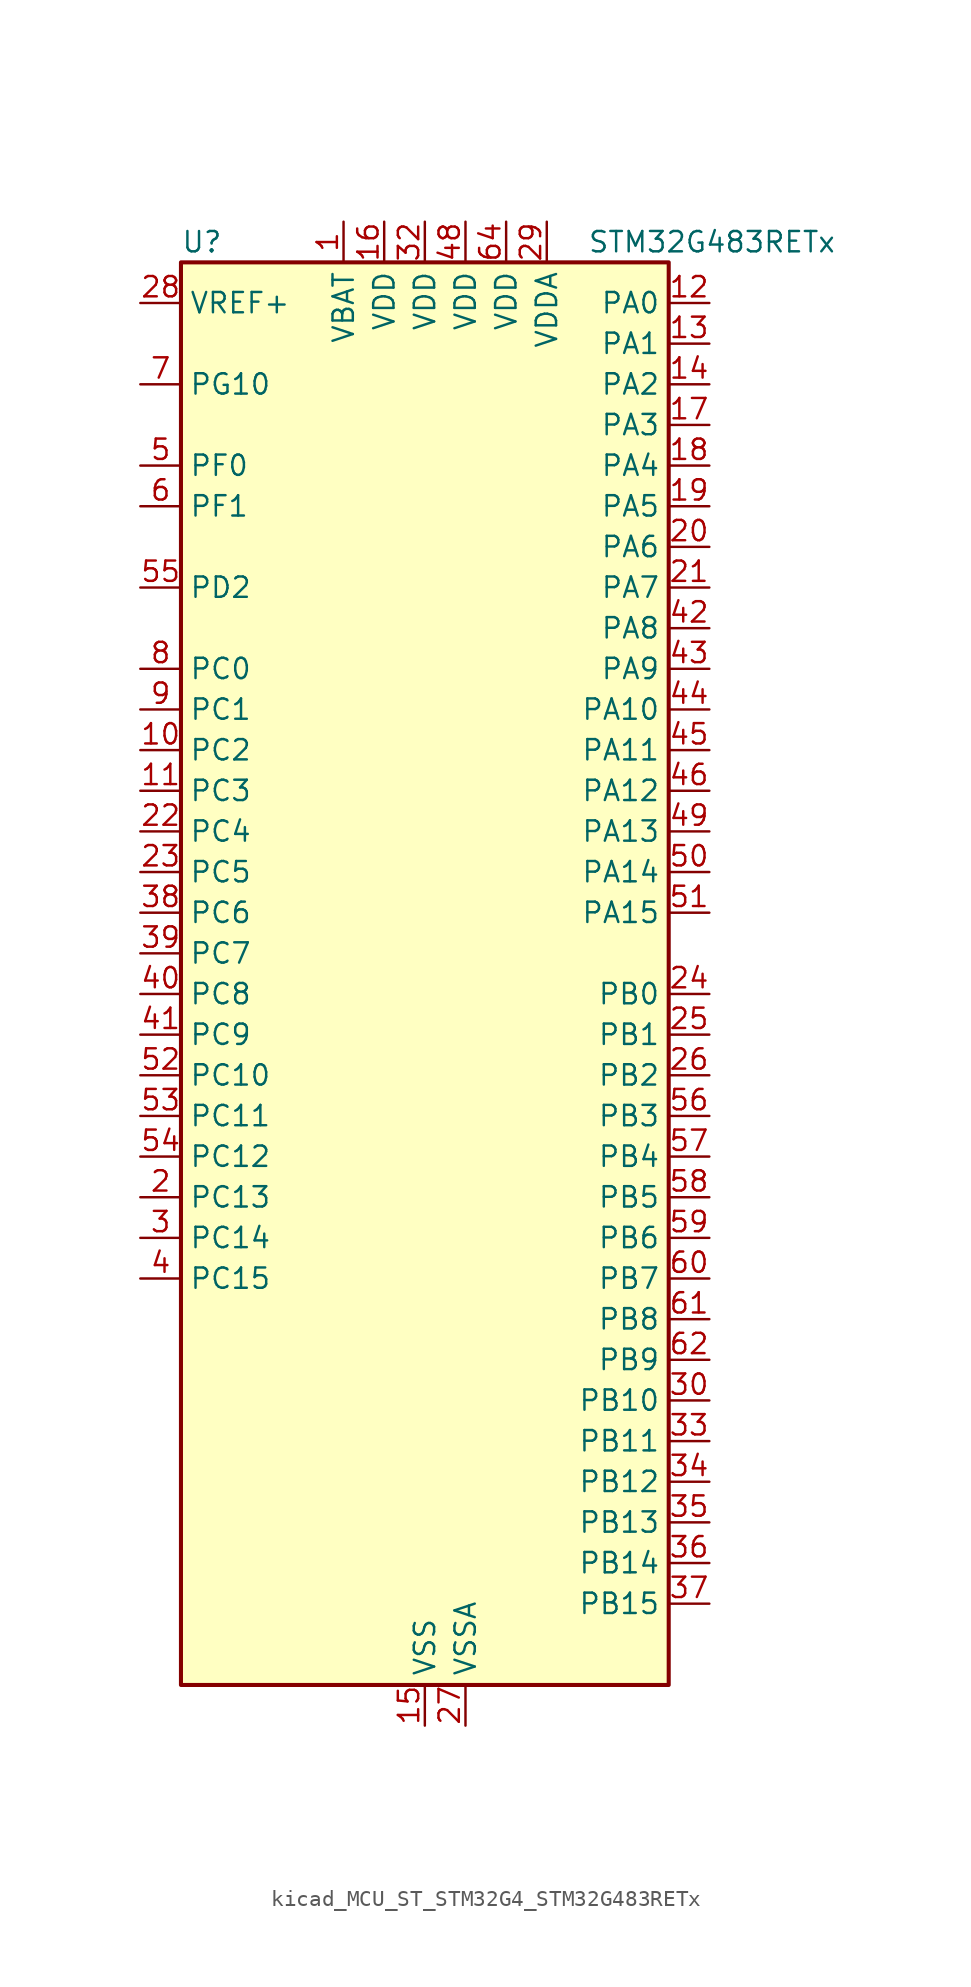
<source format=kicad_sym>
(kicad_symbol_lib
  (version 20220914)
  (generator kicad_symbol_editor)
  (symbol "kicad_MCU_ST_STM32G4_STM32G483RETx"
    (property "Reference" "U"
      (at -15.24 46.99 0)
      (effects (font (size 1.27 1.27)) (justify left)))
    (property "Value" "STM32G483RETx"
      (at 10.16 46.99 0)
      (effects (font (size 1.27 1.27)) (justify left)))
    (property "ki_locked" ""
      (at 0 0 0)
      (effects (font (size 1.27 1.27))))
    (symbol "kicad_MCU_ST_STM32G4_STM32G483RETx_0_1"
      (rectangle (start -15.24 -43.18) (end 15.24 45.72) (stroke (width 0.254) (type default)) (fill (type background))))
    (symbol "kicad_MCU_ST_STM32G4_STM32G483RETx_1_1"
      (pin power_in line (at -5.08 48.26 270) (length 2.54) (name "VBAT" (effects (font (size 1.27 1.27)))) (number "1" (effects (font (size 1.27 1.27)))))
      (pin bidirectional line (at -17.78 15.24 0) (length 2.54) (name "PC2" (effects (font (size 1.27 1.27)))) (number "10" (effects (font (size 1.27 1.27)))) (alternate "ADC1_IN8" bidirectional line) (alternate "ADC2_IN8" bidirectional line) (alternate "ADC3_EXTI2" bidirectional line) (alternate "ADC4_EXTI2" bidirectional line) (alternate "ADC5_EXTI2" bidirectional line) (alternate "COMP3_OUT" bidirectional line) (alternate "LPTIM1_IN2" bidirectional line) (alternate "QUADSPI1_BK2_IO1" bidirectional line) (alternate "TIM1_CH3" bidirectional line) (alternate "TIM20_CH2" bidirectional line))
      (pin bidirectional line (at -17.78 12.7 0) (length 2.54) (name "PC3" (effects (font (size 1.27 1.27)))) (number "11" (effects (font (size 1.27 1.27)))) (alternate "ADC1_IN9" bidirectional line) (alternate "ADC2_IN9" bidirectional line) (alternate "ADC3_EXTI3" bidirectional line) (alternate "ADC4_EXTI3" bidirectional line) (alternate "ADC5_EXTI3" bidirectional line) (alternate "LPTIM1_ETR" bidirectional line) (alternate "OPAMP5_VINP" bidirectional line) (alternate "OPAMP5_VINP_SEC" bidirectional line) (alternate "QUADSPI1_BK2_IO2" bidirectional line) (alternate "SAI1_D1" bidirectional line) (alternate "SAI1_SD_A" bidirectional line) (alternate "TIM1_BKIN2" bidirectional line) (alternate "TIM1_CH4" bidirectional line))
      (pin bidirectional line (at 17.78 43.18 180) (length 2.54) (name "PA0" (effects (font (size 1.27 1.27)))) (number "12" (effects (font (size 1.27 1.27)))) (alternate "ADC1_IN1" bidirectional line) (alternate "ADC2_IN1" bidirectional line) (alternate "COMP1_INM" bidirectional line) (alternate "COMP1_OUT" bidirectional line) (alternate "COMP3_INP" bidirectional line) (alternate "RTC_TAMP2" bidirectional line) (alternate "SYS_WKUP1" bidirectional line) (alternate "TIM2_CH1" bidirectional line) (alternate "TIM2_ETR" bidirectional line) (alternate "TIM5_CH1" bidirectional line) (alternate "TIM8_BKIN" bidirectional line) (alternate "TIM8_ETR" bidirectional line) (alternate "USART2_CTS" bidirectional line) (alternate "USART2_NSS" bidirectional line))
      (pin bidirectional line (at 17.78 40.64 180) (length 2.54) (name "PA1" (effects (font (size 1.27 1.27)))) (number "13" (effects (font (size 1.27 1.27)))) (alternate "ADC1_IN2" bidirectional line) (alternate "ADC2_IN2" bidirectional line) (alternate "COMP1_INP" bidirectional line) (alternate "OPAMP1_VINP" bidirectional line) (alternate "OPAMP1_VINP_SEC" bidirectional line) (alternate "OPAMP3_VINP" bidirectional line) (alternate "OPAMP3_VINP_SEC" bidirectional line) (alternate "OPAMP6_VINM" bidirectional line) (alternate "OPAMP6_VINM0" bidirectional line) (alternate "OPAMP6_VINM_SEC" bidirectional line) (alternate "RTC_REFIN" bidirectional line) (alternate "TIM15_CH1N" bidirectional line) (alternate "TIM2_CH2" bidirectional line) (alternate "TIM5_CH2" bidirectional line) (alternate "USART2_DE" bidirectional line) (alternate "USART2_RTS" bidirectional line))
      (pin bidirectional line (at 17.78 38.1 180) (length 2.54) (name "PA2" (effects (font (size 1.27 1.27)))) (number "14" (effects (font (size 1.27 1.27)))) (alternate "ADC1_IN3" bidirectional line) (alternate "ADC3_EXTI2" bidirectional line) (alternate "ADC4_EXTI2" bidirectional line) (alternate "ADC5_EXTI2" bidirectional line) (alternate "COMP2_INM" bidirectional line) (alternate "COMP2_OUT" bidirectional line) (alternate "LPUART1_TX" bidirectional line) (alternate "OPAMP1_VOUT" bidirectional line) (alternate "QUADSPI1_BK1_NCS" bidirectional line) (alternate "RCC_LSCO" bidirectional line) (alternate "SYS_WKUP4" bidirectional line) (alternate "TIM15_CH1" bidirectional line) (alternate "TIM2_CH3" bidirectional line) (alternate "TIM5_CH3" bidirectional line) (alternate "UCPD1_FRSTX1" bidirectional line) (alternate "UCPD1_FRSTX2" bidirectional line) (alternate "USART2_TX" bidirectional line))
      (pin power_in line (at 0 -45.72 90) (length 2.54) (name "VSS" (effects (font (size 1.27 1.27)))) (number "15" (effects (font (size 1.27 1.27)))))
      (pin power_in line (at -2.54 48.26 270) (length 2.54) (name "VDD" (effects (font (size 1.27 1.27)))) (number "16" (effects (font (size 1.27 1.27)))))
      (pin bidirectional line (at 17.78 35.56 180) (length 2.54) (name "PA3" (effects (font (size 1.27 1.27)))) (number "17" (effects (font (size 1.27 1.27)))) (alternate "ADC1_IN4" bidirectional line) (alternate "ADC3_EXTI3" bidirectional line) (alternate "ADC4_EXTI3" bidirectional line) (alternate "ADC5_EXTI3" bidirectional line) (alternate "COMP2_INP" bidirectional line) (alternate "LPUART1_RX" bidirectional line) (alternate "OPAMP1_VINM" bidirectional line) (alternate "OPAMP1_VINM0" bidirectional line) (alternate "OPAMP1_VINM_SEC" bidirectional line) (alternate "OPAMP1_VINP" bidirectional line) (alternate "OPAMP1_VINP_SEC" bidirectional line) (alternate "OPAMP5_VINM" bidirectional line) (alternate "OPAMP5_VINM1" bidirectional line) (alternate "OPAMP5_VINM_SEC" bidirectional line) (alternate "QUADSPI1_CLK" bidirectional line) (alternate "SAI1_CK1" bidirectional line) (alternate "SAI1_MCLK_A" bidirectional line) (alternate "TIM15_CH2" bidirectional line) (alternate "TIM2_CH4" bidirectional line) (alternate "TIM5_CH4" bidirectional line) (alternate "USART2_RX" bidirectional line))
      (pin bidirectional line (at 17.78 33.02 180) (length 2.54) (name "PA4" (effects (font (size 1.27 1.27)))) (number "18" (effects (font (size 1.27 1.27)))) (alternate "ADC2_IN17" bidirectional line) (alternate "COMP1_INM" bidirectional line) (alternate "DAC1_OUT1" bidirectional line) (alternate "I2S3_WS" bidirectional line) (alternate "SAI1_FS_B" bidirectional line) (alternate "SPI1_NSS" bidirectional line) (alternate "SPI3_NSS" bidirectional line) (alternate "TIM3_CH2" bidirectional line) (alternate "USART2_CK" bidirectional line))
      (pin bidirectional line (at 17.78 30.48 180) (length 2.54) (name "PA5" (effects (font (size 1.27 1.27)))) (number "19" (effects (font (size 1.27 1.27)))) (alternate "ADC2_IN13" bidirectional line) (alternate "COMP2_INM" bidirectional line) (alternate "DAC1_OUT2" bidirectional line) (alternate "OPAMP2_VINM" bidirectional line) (alternate "OPAMP2_VINM0" bidirectional line) (alternate "OPAMP2_VINM_SEC" bidirectional line) (alternate "SPI1_SCK" bidirectional line) (alternate "TIM2_CH1" bidirectional line) (alternate "TIM2_ETR" bidirectional line) (alternate "UCPD1_FRSTX1" bidirectional line) (alternate "UCPD1_FRSTX2" bidirectional line))
      (pin bidirectional line (at -17.78 -12.7 0) (length 2.54) (name "PC13" (effects (font (size 1.27 1.27)))) (number "2" (effects (font (size 1.27 1.27)))) (alternate "RTC_OUT1" bidirectional line) (alternate "RTC_TAMP1" bidirectional line) (alternate "RTC_TS" bidirectional line) (alternate "SYS_WKUP2" bidirectional line) (alternate "TIM1_BKIN" bidirectional line) (alternate "TIM1_CH1N" bidirectional line) (alternate "TIM8_CH4N" bidirectional line))
      (pin bidirectional line (at 17.78 27.94 180) (length 2.54) (name "PA6" (effects (font (size 1.27 1.27)))) (number "20" (effects (font (size 1.27 1.27)))) (alternate "ADC2_IN3" bidirectional line) (alternate "COMP1_OUT" bidirectional line) (alternate "DAC2_OUT1" bidirectional line) (alternate "LPUART1_CTS" bidirectional line) (alternate "OPAMP2_VOUT" bidirectional line) (alternate "QUADSPI1_BK1_IO3" bidirectional line) (alternate "SPI1_MISO" bidirectional line) (alternate "TIM16_CH1" bidirectional line) (alternate "TIM1_BKIN" bidirectional line) (alternate "TIM3_CH1" bidirectional line) (alternate "TIM8_BKIN" bidirectional line))
      (pin bidirectional line (at 17.78 25.4 180) (length 2.54) (name "PA7" (effects (font (size 1.27 1.27)))) (number "21" (effects (font (size 1.27 1.27)))) (alternate "ADC2_IN4" bidirectional line) (alternate "COMP2_INP" bidirectional line) (alternate "COMP2_OUT" bidirectional line) (alternate "OPAMP1_VINP" bidirectional line) (alternate "OPAMP1_VINP_SEC" bidirectional line) (alternate "OPAMP2_VINP" bidirectional line) (alternate "OPAMP2_VINP_SEC" bidirectional line) (alternate "QUADSPI1_BK1_IO2" bidirectional line) (alternate "SPI1_MOSI" bidirectional line) (alternate "TIM17_CH1" bidirectional line) (alternate "TIM1_CH1N" bidirectional line) (alternate "TIM3_CH2" bidirectional line) (alternate "TIM8_CH1N" bidirectional line) (alternate "UCPD1_FRSTX1" bidirectional line) (alternate "UCPD1_FRSTX2" bidirectional line))
      (pin bidirectional line (at -17.78 10.16 0) (length 2.54) (name "PC4" (effects (font (size 1.27 1.27)))) (number "22" (effects (font (size 1.27 1.27)))) (alternate "ADC2_IN5" bidirectional line) (alternate "I2C2_SCL" bidirectional line) (alternate "QUADSPI1_BK2_IO3" bidirectional line) (alternate "TIM1_ETR" bidirectional line) (alternate "USART1_TX" bidirectional line))
      (pin bidirectional line (at -17.78 7.62 0) (length 2.54) (name "PC5" (effects (font (size 1.27 1.27)))) (number "23" (effects (font (size 1.27 1.27)))) (alternate "ADC2_IN11" bidirectional line) (alternate "OPAMP1_VINM" bidirectional line) (alternate "OPAMP1_VINM1" bidirectional line) (alternate "OPAMP1_VINM_SEC" bidirectional line) (alternate "OPAMP2_VINM" bidirectional line) (alternate "OPAMP2_VINM1" bidirectional line) (alternate "OPAMP2_VINM_SEC" bidirectional line) (alternate "SAI1_D3" bidirectional line) (alternate "SYS_WKUP5" bidirectional line) (alternate "TIM15_BKIN" bidirectional line) (alternate "TIM1_CH4N" bidirectional line) (alternate "USART1_RX" bidirectional line))
      (pin bidirectional line (at 17.78 0 180) (length 2.54) (name "PB0" (effects (font (size 1.27 1.27)))) (number "24" (effects (font (size 1.27 1.27)))) (alternate "ADC1_IN15" bidirectional line) (alternate "ADC3_IN12" bidirectional line) (alternate "COMP4_INP" bidirectional line) (alternate "OPAMP2_VINP" bidirectional line) (alternate "OPAMP2_VINP_SEC" bidirectional line) (alternate "OPAMP3_VINP" bidirectional line) (alternate "OPAMP3_VINP_SEC" bidirectional line) (alternate "QUADSPI1_BK1_IO1" bidirectional line) (alternate "TIM1_CH2N" bidirectional line) (alternate "TIM3_CH3" bidirectional line) (alternate "TIM8_CH2N" bidirectional line) (alternate "UCPD1_FRSTX1" bidirectional line) (alternate "UCPD1_FRSTX2" bidirectional line))
      (pin bidirectional line (at 17.78 -2.54 180) (length 2.54) (name "PB1" (effects (font (size 1.27 1.27)))) (number "25" (effects (font (size 1.27 1.27)))) (alternate "ADC1_IN12" bidirectional line) (alternate "ADC3_IN1" bidirectional line) (alternate "COMP1_INP" bidirectional line) (alternate "COMP4_OUT" bidirectional line) (alternate "LPUART1_DE" bidirectional line) (alternate "LPUART1_RTS" bidirectional line) (alternate "OPAMP3_VOUT" bidirectional line) (alternate "OPAMP6_VINM" bidirectional line) (alternate "OPAMP6_VINM1" bidirectional line) (alternate "OPAMP6_VINM_SEC" bidirectional line) (alternate "QUADSPI1_BK1_IO0" bidirectional line) (alternate "TIM1_CH3N" bidirectional line) (alternate "TIM3_CH4" bidirectional line) (alternate "TIM8_CH3N" bidirectional line))
      (pin bidirectional line (at 17.78 -5.08 180) (length 2.54) (name "PB2" (effects (font (size 1.27 1.27)))) (number "26" (effects (font (size 1.27 1.27)))) (alternate "ADC2_IN12" bidirectional line) (alternate "ADC3_EXTI2" bidirectional line) (alternate "ADC4_EXTI2" bidirectional line) (alternate "ADC5_EXTI2" bidirectional line) (alternate "COMP4_INM" bidirectional line) (alternate "I2C3_SMBA" bidirectional line) (alternate "LPTIM1_OUT" bidirectional line) (alternate "OPAMP3_VINM" bidirectional line) (alternate "OPAMP3_VINM0" bidirectional line) (alternate "OPAMP3_VINM_SEC" bidirectional line) (alternate "QUADSPI1_BK2_IO1" bidirectional line) (alternate "RTC_OUT2" bidirectional line) (alternate "TIM20_CH1" bidirectional line) (alternate "TIM5_CH1" bidirectional line))
      (pin power_in line (at 2.54 -45.72 90) (length 2.54) (name "VSSA" (effects (font (size 1.27 1.27)))) (number "27" (effects (font (size 1.27 1.27)))))
      (pin input line (at -17.78 43.18 0) (length 2.54) (name "VREF+" (effects (font (size 1.27 1.27)))) (number "28" (effects (font (size 1.27 1.27)))) (alternate "VREFBUF_OUT" bidirectional line))
      (pin power_in line (at 7.62 48.26 270) (length 2.54) (name "VDDA" (effects (font (size 1.27 1.27)))) (number "29" (effects (font (size 1.27 1.27)))))
      (pin bidirectional line (at -17.78 -15.24 0) (length 2.54) (name "PC14" (effects (font (size 1.27 1.27)))) (number "3" (effects (font (size 1.27 1.27)))) (alternate "RCC_OSC32_IN" bidirectional line))
      (pin bidirectional line (at 17.78 -25.4 180) (length 2.54) (name "PB10" (effects (font (size 1.27 1.27)))) (number "30" (effects (font (size 1.27 1.27)))) (alternate "COMP5_INM" bidirectional line) (alternate "DAC1_EXTI10" bidirectional line) (alternate "DAC2_EXTI10" bidirectional line) (alternate "DAC3_EXTI10" bidirectional line) (alternate "DAC4_EXTI10" bidirectional line) (alternate "LPUART1_RX" bidirectional line) (alternate "OPAMP3_VINM" bidirectional line) (alternate "OPAMP3_VINM1" bidirectional line) (alternate "OPAMP3_VINM_SEC" bidirectional line) (alternate "OPAMP4_VINM" bidirectional line) (alternate "OPAMP4_VINM0" bidirectional line) (alternate "OPAMP4_VINM_SEC" bidirectional line) (alternate "QUADSPI1_CLK" bidirectional line) (alternate "SAI1_SCK_A" bidirectional line) (alternate "TIM1_BKIN" bidirectional line) (alternate "TIM2_CH3" bidirectional line) (alternate "USART3_TX" bidirectional line))
      (pin passive line (at 0 -45.72 90) (length 2.54) hide (name "VSS" (effects (font (size 1.27 1.27)))) (number "31" (effects (font (size 1.27 1.27)))))
      (pin power_in line (at 0 48.26 270) (length 2.54) (name "VDD" (effects (font (size 1.27 1.27)))) (number "32" (effects (font (size 1.27 1.27)))))
      (pin bidirectional line (at 17.78 -27.94 180) (length 2.54) (name "PB11" (effects (font (size 1.27 1.27)))) (number "33" (effects (font (size 1.27 1.27)))) (alternate "ADC1_EXTI11" bidirectional line) (alternate "ADC1_IN14" bidirectional line) (alternate "ADC2_EXTI11" bidirectional line) (alternate "ADC2_IN14" bidirectional line) (alternate "COMP6_INP" bidirectional line) (alternate "LPUART1_TX" bidirectional line) (alternate "OPAMP4_VINP" bidirectional line) (alternate "OPAMP4_VINP_SEC" bidirectional line) (alternate "OPAMP6_VOUT" bidirectional line) (alternate "QUADSPI1_BK1_NCS" bidirectional line) (alternate "TIM2_CH4" bidirectional line) (alternate "USART3_RX" bidirectional line))
      (pin bidirectional line (at 17.78 -30.48 180) (length 2.54) (name "PB12" (effects (font (size 1.27 1.27)))) (number "34" (effects (font (size 1.27 1.27)))) (alternate "ADC1_IN11" bidirectional line) (alternate "ADC4_IN3" bidirectional line) (alternate "COMP7_INM" bidirectional line) (alternate "FDCAN2_RX" bidirectional line) (alternate "I2C2_SMBA" bidirectional line) (alternate "I2S2_WS" bidirectional line) (alternate "LPUART1_DE" bidirectional line) (alternate "LPUART1_RTS" bidirectional line) (alternate "OPAMP4_VOUT" bidirectional line) (alternate "OPAMP6_VINP" bidirectional line) (alternate "OPAMP6_VINP_SEC" bidirectional line) (alternate "SPI2_NSS" bidirectional line) (alternate "TIM1_BKIN" bidirectional line) (alternate "TIM5_ETR" bidirectional line) (alternate "USART3_CK" bidirectional line))
      (pin bidirectional line (at 17.78 -33.02 180) (length 2.54) (name "PB13" (effects (font (size 1.27 1.27)))) (number "35" (effects (font (size 1.27 1.27)))) (alternate "ADC3_IN5" bidirectional line) (alternate "COMP5_INP" bidirectional line) (alternate "FDCAN2_TX" bidirectional line) (alternate "I2S2_CK" bidirectional line) (alternate "LPUART1_CTS" bidirectional line) (alternate "OPAMP3_VINP" bidirectional line) (alternate "OPAMP3_VINP_SEC" bidirectional line) (alternate "OPAMP4_VINP" bidirectional line) (alternate "OPAMP4_VINP_SEC" bidirectional line) (alternate "OPAMP6_VINP" bidirectional line) (alternate "OPAMP6_VINP_SEC" bidirectional line) (alternate "SPI2_SCK" bidirectional line) (alternate "TIM1_CH1N" bidirectional line) (alternate "USART3_CTS" bidirectional line) (alternate "USART3_NSS" bidirectional line))
      (pin bidirectional line (at 17.78 -35.56 180) (length 2.54) (name "PB14" (effects (font (size 1.27 1.27)))) (number "36" (effects (font (size 1.27 1.27)))) (alternate "ADC1_IN5" bidirectional line) (alternate "ADC4_IN4" bidirectional line) (alternate "COMP4_OUT" bidirectional line) (alternate "COMP7_INP" bidirectional line) (alternate "OPAMP2_VINP" bidirectional line) (alternate "OPAMP2_VINP_SEC" bidirectional line) (alternate "OPAMP5_VINP" bidirectional line) (alternate "OPAMP5_VINP_SEC" bidirectional line) (alternate "SPI2_MISO" bidirectional line) (alternate "TIM15_CH1" bidirectional line) (alternate "TIM1_CH2N" bidirectional line) (alternate "USART3_DE" bidirectional line) (alternate "USART3_RTS" bidirectional line))
      (pin bidirectional line (at 17.78 -38.1 180) (length 2.54) (name "PB15" (effects (font (size 1.27 1.27)))) (number "37" (effects (font (size 1.27 1.27)))) (alternate "ADC1_EXTI15" bidirectional line) (alternate "ADC2_EXTI15" bidirectional line) (alternate "ADC2_IN15" bidirectional line) (alternate "ADC4_IN5" bidirectional line) (alternate "COMP3_OUT" bidirectional line) (alternate "COMP6_INM" bidirectional line) (alternate "I2S2_SD" bidirectional line) (alternate "OPAMP5_VINM" bidirectional line) (alternate "OPAMP5_VINM0" bidirectional line) (alternate "OPAMP5_VINM_SEC" bidirectional line) (alternate "RTC_REFIN" bidirectional line) (alternate "SPI2_MOSI" bidirectional line) (alternate "TIM15_CH1N" bidirectional line) (alternate "TIM15_CH2" bidirectional line) (alternate "TIM1_CH3N" bidirectional line))
      (pin bidirectional line (at -17.78 5.08 0) (length 2.54) (name "PC6" (effects (font (size 1.27 1.27)))) (number "38" (effects (font (size 1.27 1.27)))) (alternate "COMP6_OUT" bidirectional line) (alternate "I2C4_SCL" bidirectional line) (alternate "I2S2_MCK" bidirectional line) (alternate "TIM3_CH1" bidirectional line) (alternate "TIM8_CH1" bidirectional line))
      (pin bidirectional line (at -17.78 2.54 0) (length 2.54) (name "PC7" (effects (font (size 1.27 1.27)))) (number "39" (effects (font (size 1.27 1.27)))) (alternate "COMP5_OUT" bidirectional line) (alternate "I2C4_SDA" bidirectional line) (alternate "I2S3_MCK" bidirectional line) (alternate "TIM3_CH2" bidirectional line) (alternate "TIM8_CH2" bidirectional line))
      (pin bidirectional line (at -17.78 -17.78 0) (length 2.54) (name "PC15" (effects (font (size 1.27 1.27)))) (number "4" (effects (font (size 1.27 1.27)))) (alternate "ADC1_EXTI15" bidirectional line) (alternate "ADC2_EXTI15" bidirectional line) (alternate "RCC_OSC32_OUT" bidirectional line))
      (pin bidirectional line (at -17.78 0 0) (length 2.54) (name "PC8" (effects (font (size 1.27 1.27)))) (number "40" (effects (font (size 1.27 1.27)))) (alternate "COMP7_OUT" bidirectional line) (alternate "I2C3_SCL" bidirectional line) (alternate "TIM20_CH3" bidirectional line) (alternate "TIM3_CH3" bidirectional line) (alternate "TIM8_CH3" bidirectional line))
      (pin bidirectional line (at -17.78 -2.54 0) (length 2.54) (name "PC9" (effects (font (size 1.27 1.27)))) (number "41" (effects (font (size 1.27 1.27)))) (alternate "DAC1_EXTI9" bidirectional line) (alternate "DAC2_EXTI9" bidirectional line) (alternate "DAC3_EXTI9" bidirectional line) (alternate "DAC4_EXTI9" bidirectional line) (alternate "I2C3_SDA" bidirectional line) (alternate "I2S_CKIN" bidirectional line) (alternate "TIM3_CH4" bidirectional line) (alternate "TIM8_BKIN2" bidirectional line) (alternate "TIM8_CH4" bidirectional line))
      (pin bidirectional line (at 17.78 22.86 180) (length 2.54) (name "PA8" (effects (font (size 1.27 1.27)))) (number "42" (effects (font (size 1.27 1.27)))) (alternate "ADC5_IN1" bidirectional line) (alternate "COMP7_OUT" bidirectional line) (alternate "FDCAN3_RX" bidirectional line) (alternate "I2C2_SDA" bidirectional line) (alternate "I2C3_SCL" bidirectional line) (alternate "I2S2_MCK" bidirectional line) (alternate "OPAMP5_VOUT" bidirectional line) (alternate "RCC_MCO" bidirectional line) (alternate "SAI1_CK2" bidirectional line) (alternate "SAI1_SCK_A" bidirectional line) (alternate "TIM1_CH1" bidirectional line) (alternate "TIM4_ETR" bidirectional line) (alternate "USART1_CK" bidirectional line))
      (pin bidirectional line (at 17.78 20.32 180) (length 2.54) (name "PA9" (effects (font (size 1.27 1.27)))) (number "43" (effects (font (size 1.27 1.27)))) (alternate "ADC5_IN2" bidirectional line) (alternate "COMP5_OUT" bidirectional line) (alternate "DAC1_EXTI9" bidirectional line) (alternate "DAC2_EXTI9" bidirectional line) (alternate "DAC3_EXTI9" bidirectional line) (alternate "DAC4_EXTI9" bidirectional line) (alternate "I2C2_SCL" bidirectional line) (alternate "I2C3_SMBA" bidirectional line) (alternate "I2S3_MCK" bidirectional line) (alternate "SAI1_FS_A" bidirectional line) (alternate "TIM15_BKIN" bidirectional line) (alternate "TIM1_CH2" bidirectional line) (alternate "TIM2_CH3" bidirectional line) (alternate "UCPD1_DBCC1" bidirectional line) (alternate "USART1_TX" bidirectional line))
      (pin bidirectional line (at 17.78 17.78 180) (length 2.54) (name "PA10" (effects (font (size 1.27 1.27)))) (number "44" (effects (font (size 1.27 1.27)))) (alternate "COMP6_OUT" bidirectional line) (alternate "CRS_SYNC" bidirectional line) (alternate "DAC1_EXTI10" bidirectional line) (alternate "DAC2_EXTI10" bidirectional line) (alternate "DAC3_EXTI10" bidirectional line) (alternate "DAC4_EXTI10" bidirectional line) (alternate "I2C2_SMBA" bidirectional line) (alternate "SAI1_D1" bidirectional line) (alternate "SAI1_SD_A" bidirectional line) (alternate "SPI2_MISO" bidirectional line) (alternate "TIM17_BKIN" bidirectional line) (alternate "TIM1_CH3" bidirectional line) (alternate "TIM2_CH4" bidirectional line) (alternate "TIM8_BKIN" bidirectional line) (alternate "UCPD1_DBCC2" bidirectional line) (alternate "USART1_RX" bidirectional line))
      (pin bidirectional line (at 17.78 15.24 180) (length 2.54) (name "PA11" (effects (font (size 1.27 1.27)))) (number "45" (effects (font (size 1.27 1.27)))) (alternate "ADC1_EXTI11" bidirectional line) (alternate "ADC2_EXTI11" bidirectional line) (alternate "COMP1_OUT" bidirectional line) (alternate "FDCAN1_RX" bidirectional line) (alternate "I2S2_SD" bidirectional line) (alternate "SPI2_MOSI" bidirectional line) (alternate "TIM1_BKIN2" bidirectional line) (alternate "TIM1_CH1N" bidirectional line) (alternate "TIM1_CH4" bidirectional line) (alternate "TIM4_CH1" bidirectional line) (alternate "USART1_CTS" bidirectional line) (alternate "USART1_NSS" bidirectional line) (alternate "USB_DM" bidirectional line))
      (pin bidirectional line (at 17.78 12.7 180) (length 2.54) (name "PA12" (effects (font (size 1.27 1.27)))) (number "46" (effects (font (size 1.27 1.27)))) (alternate "COMP2_OUT" bidirectional line) (alternate "FDCAN1_TX" bidirectional line) (alternate "I2S_CKIN" bidirectional line) (alternate "TIM16_CH1" bidirectional line) (alternate "TIM1_CH2N" bidirectional line) (alternate "TIM1_ETR" bidirectional line) (alternate "TIM4_CH2" bidirectional line) (alternate "USART1_DE" bidirectional line) (alternate "USART1_RTS" bidirectional line) (alternate "USB_DP" bidirectional line))
      (pin passive line (at 0 -45.72 90) (length 2.54) hide (name "VSS" (effects (font (size 1.27 1.27)))) (number "47" (effects (font (size 1.27 1.27)))))
      (pin power_in line (at 2.54 48.26 270) (length 2.54) (name "VDD" (effects (font (size 1.27 1.27)))) (number "48" (effects (font (size 1.27 1.27)))))
      (pin bidirectional line (at 17.78 10.16 180) (length 2.54) (name "PA13" (effects (font (size 1.27 1.27)))) (number "49" (effects (font (size 1.27 1.27)))) (alternate "I2C1_SCL" bidirectional line) (alternate "I2C4_SCL" bidirectional line) (alternate "IR_OUT" bidirectional line) (alternate "SAI1_SD_B" bidirectional line) (alternate "SYS_JTMS-SWDIO" bidirectional line) (alternate "TIM16_CH1N" bidirectional line) (alternate "TIM4_CH3" bidirectional line) (alternate "USART3_CTS" bidirectional line) (alternate "USART3_NSS" bidirectional line))
      (pin bidirectional line (at -17.78 33.02 0) (length 2.54) (name "PF0" (effects (font (size 1.27 1.27)))) (number "5" (effects (font (size 1.27 1.27)))) (alternate "ADC1_IN10" bidirectional line) (alternate "I2C2_SDA" bidirectional line) (alternate "I2S2_WS" bidirectional line) (alternate "RCC_OSC_IN" bidirectional line) (alternate "SPI2_NSS" bidirectional line) (alternate "TIM1_CH3N" bidirectional line))
      (pin bidirectional line (at 17.78 7.62 180) (length 2.54) (name "PA14" (effects (font (size 1.27 1.27)))) (number "50" (effects (font (size 1.27 1.27)))) (alternate "I2C1_SDA" bidirectional line) (alternate "I2C4_SMBA" bidirectional line) (alternate "LPTIM1_OUT" bidirectional line) (alternate "SAI1_FS_B" bidirectional line) (alternate "SYS_JTCK-SWCLK" bidirectional line) (alternate "TIM1_BKIN" bidirectional line) (alternate "TIM8_CH2" bidirectional line) (alternate "USART2_TX" bidirectional line))
      (pin bidirectional line (at 17.78 5.08 180) (length 2.54) (name "PA15" (effects (font (size 1.27 1.27)))) (number "51" (effects (font (size 1.27 1.27)))) (alternate "ADC1_EXTI15" bidirectional line) (alternate "ADC2_EXTI15" bidirectional line) (alternate "FDCAN3_TX" bidirectional line) (alternate "I2C1_SCL" bidirectional line) (alternate "I2S3_WS" bidirectional line) (alternate "SPI1_NSS" bidirectional line) (alternate "SPI3_NSS" bidirectional line) (alternate "SYS_JTDI" bidirectional line) (alternate "TIM1_BKIN" bidirectional line) (alternate "TIM2_CH1" bidirectional line) (alternate "TIM2_ETR" bidirectional line) (alternate "TIM8_CH1" bidirectional line) (alternate "UART4_DE" bidirectional line) (alternate "UART4_RTS" bidirectional line) (alternate "USART2_RX" bidirectional line))
      (pin bidirectional line (at -17.78 -5.08 0) (length 2.54) (name "PC10" (effects (font (size 1.27 1.27)))) (number "52" (effects (font (size 1.27 1.27)))) (alternate "DAC1_EXTI10" bidirectional line) (alternate "DAC2_EXTI10" bidirectional line) (alternate "DAC3_EXTI10" bidirectional line) (alternate "DAC4_EXTI10" bidirectional line) (alternate "I2S3_CK" bidirectional line) (alternate "SPI3_SCK" bidirectional line) (alternate "TIM8_CH1N" bidirectional line) (alternate "UART4_TX" bidirectional line) (alternate "USART3_TX" bidirectional line))
      (pin bidirectional line (at -17.78 -7.62 0) (length 2.54) (name "PC11" (effects (font (size 1.27 1.27)))) (number "53" (effects (font (size 1.27 1.27)))) (alternate "ADC1_EXTI11" bidirectional line) (alternate "ADC2_EXTI11" bidirectional line) (alternate "I2C3_SDA" bidirectional line) (alternate "SPI3_MISO" bidirectional line) (alternate "TIM8_CH2N" bidirectional line) (alternate "UART4_RX" bidirectional line) (alternate "USART3_RX" bidirectional line))
      (pin bidirectional line (at -17.78 -10.16 0) (length 2.54) (name "PC12" (effects (font (size 1.27 1.27)))) (number "54" (effects (font (size 1.27 1.27)))) (alternate "I2S3_SD" bidirectional line) (alternate "SPI3_MOSI" bidirectional line) (alternate "TIM5_CH2" bidirectional line) (alternate "TIM8_CH3N" bidirectional line) (alternate "UART5_TX" bidirectional line) (alternate "UCPD1_FRSTX1" bidirectional line) (alternate "UCPD1_FRSTX2" bidirectional line) (alternate "USART3_CK" bidirectional line))
      (pin bidirectional line (at -17.78 25.4 0) (length 2.54) (name "PD2" (effects (font (size 1.27 1.27)))) (number "55" (effects (font (size 1.27 1.27)))) (alternate "ADC3_EXTI2" bidirectional line) (alternate "ADC4_EXTI2" bidirectional line) (alternate "ADC5_EXTI2" bidirectional line) (alternate "TIM3_ETR" bidirectional line) (alternate "TIM8_BKIN" bidirectional line) (alternate "UART5_RX" bidirectional line))
      (pin bidirectional line (at 17.78 -7.62 180) (length 2.54) (name "PB3" (effects (font (size 1.27 1.27)))) (number "56" (effects (font (size 1.27 1.27)))) (alternate "ADC3_EXTI3" bidirectional line) (alternate "ADC4_EXTI3" bidirectional line) (alternate "ADC5_EXTI3" bidirectional line) (alternate "CRS_SYNC" bidirectional line) (alternate "FDCAN3_RX" bidirectional line) (alternate "I2S3_CK" bidirectional line) (alternate "SAI1_SCK_B" bidirectional line) (alternate "SPI1_SCK" bidirectional line) (alternate "SPI3_SCK" bidirectional line) (alternate "SYS_JTDO-SWO" bidirectional line) (alternate "TIM2_CH2" bidirectional line) (alternate "TIM3_ETR" bidirectional line) (alternate "TIM4_ETR" bidirectional line) (alternate "TIM8_CH1N" bidirectional line) (alternate "USART2_TX" bidirectional line))
      (pin bidirectional line (at 17.78 -10.16 180) (length 2.54) (name "PB4" (effects (font (size 1.27 1.27)))) (number "57" (effects (font (size 1.27 1.27)))) (alternate "FDCAN3_TX" bidirectional line) (alternate "SAI1_MCLK_B" bidirectional line) (alternate "SPI1_MISO" bidirectional line) (alternate "SPI3_MISO" bidirectional line) (alternate "SYS_JTRST" bidirectional line) (alternate "TIM16_CH1" bidirectional line) (alternate "TIM17_BKIN" bidirectional line) (alternate "TIM3_CH1" bidirectional line) (alternate "TIM8_CH2N" bidirectional line) (alternate "UART5_DE" bidirectional line) (alternate "UART5_RTS" bidirectional line) (alternate "UCPD1_CC2" bidirectional line) (alternate "USART2_RX" bidirectional line))
      (pin bidirectional line (at 17.78 -12.7 180) (length 2.54) (name "PB5" (effects (font (size 1.27 1.27)))) (number "58" (effects (font (size 1.27 1.27)))) (alternate "FDCAN2_RX" bidirectional line) (alternate "I2C1_SMBA" bidirectional line) (alternate "I2C3_SDA" bidirectional line) (alternate "I2S3_SD" bidirectional line) (alternate "LPTIM1_IN1" bidirectional line) (alternate "SAI1_SD_B" bidirectional line) (alternate "SPI1_MOSI" bidirectional line) (alternate "SPI3_MOSI" bidirectional line) (alternate "TIM16_BKIN" bidirectional line) (alternate "TIM17_CH1" bidirectional line) (alternate "TIM3_CH2" bidirectional line) (alternate "TIM8_CH3N" bidirectional line) (alternate "UART5_CTS" bidirectional line) (alternate "USART2_CK" bidirectional line))
      (pin bidirectional line (at 17.78 -15.24 180) (length 2.54) (name "PB6" (effects (font (size 1.27 1.27)))) (number "59" (effects (font (size 1.27 1.27)))) (alternate "COMP4_OUT" bidirectional line) (alternate "FDCAN2_TX" bidirectional line) (alternate "LPTIM1_ETR" bidirectional line) (alternate "SAI1_FS_B" bidirectional line) (alternate "TIM16_CH1N" bidirectional line) (alternate "TIM4_CH1" bidirectional line) (alternate "TIM8_BKIN2" bidirectional line) (alternate "TIM8_CH1" bidirectional line) (alternate "TIM8_ETR" bidirectional line) (alternate "UCPD1_CC1" bidirectional line) (alternate "USART1_TX" bidirectional line))
      (pin bidirectional line (at -17.78 30.48 0) (length 2.54) (name "PF1" (effects (font (size 1.27 1.27)))) (number "6" (effects (font (size 1.27 1.27)))) (alternate "ADC2_IN10" bidirectional line) (alternate "COMP3_INM" bidirectional line) (alternate "I2S2_CK" bidirectional line) (alternate "RCC_OSC_OUT" bidirectional line) (alternate "SPI2_SCK" bidirectional line))
      (pin bidirectional line (at 17.78 -17.78 180) (length 2.54) (name "PB7" (effects (font (size 1.27 1.27)))) (number "60" (effects (font (size 1.27 1.27)))) (alternate "COMP3_OUT" bidirectional line) (alternate "I2C1_SDA" bidirectional line) (alternate "I2C4_SDA" bidirectional line) (alternate "LPTIM1_IN2" bidirectional line) (alternate "SYS_PVD_IN" bidirectional line) (alternate "TIM17_CH1N" bidirectional line) (alternate "TIM3_CH4" bidirectional line) (alternate "TIM4_CH2" bidirectional line) (alternate "TIM8_BKIN" bidirectional line) (alternate "UART4_CTS" bidirectional line) (alternate "USART1_RX" bidirectional line))
      (pin bidirectional line (at 17.78 -20.32 180) (length 2.54) (name "PB8" (effects (font (size 1.27 1.27)))) (number "61" (effects (font (size 1.27 1.27)))) (alternate "COMP1_OUT" bidirectional line) (alternate "FDCAN1_RX" bidirectional line) (alternate "I2C1_SCL" bidirectional line) (alternate "SAI1_CK1" bidirectional line) (alternate "SAI1_MCLK_A" bidirectional line) (alternate "TIM16_CH1" bidirectional line) (alternate "TIM1_BKIN" bidirectional line) (alternate "TIM4_CH3" bidirectional line) (alternate "TIM8_CH2" bidirectional line) (alternate "USART3_RX" bidirectional line))
      (pin bidirectional line (at 17.78 -22.86 180) (length 2.54) (name "PB9" (effects (font (size 1.27 1.27)))) (number "62" (effects (font (size 1.27 1.27)))) (alternate "COMP2_OUT" bidirectional line) (alternate "DAC1_EXTI9" bidirectional line) (alternate "DAC2_EXTI9" bidirectional line) (alternate "DAC3_EXTI9" bidirectional line) (alternate "DAC4_EXTI9" bidirectional line) (alternate "FDCAN1_TX" bidirectional line) (alternate "I2C1_SDA" bidirectional line) (alternate "IR_OUT" bidirectional line) (alternate "SAI1_D2" bidirectional line) (alternate "SAI1_FS_A" bidirectional line) (alternate "TIM17_CH1" bidirectional line) (alternate "TIM1_CH3N" bidirectional line) (alternate "TIM4_CH4" bidirectional line) (alternate "TIM8_CH3" bidirectional line) (alternate "USART3_TX" bidirectional line))
      (pin passive line (at 0 -45.72 90) (length 2.54) hide (name "VSS" (effects (font (size 1.27 1.27)))) (number "63" (effects (font (size 1.27 1.27)))))
      (pin power_in line (at 5.08 48.26 270) (length 2.54) (name "VDD" (effects (font (size 1.27 1.27)))) (number "64" (effects (font (size 1.27 1.27)))))
      (pin bidirectional line (at -17.78 38.1 0) (length 2.54) (name "PG10" (effects (font (size 1.27 1.27)))) (number "7" (effects (font (size 1.27 1.27)))) (alternate "DAC1_EXTI10" bidirectional line) (alternate "DAC2_EXTI10" bidirectional line) (alternate "DAC3_EXTI10" bidirectional line) (alternate "DAC4_EXTI10" bidirectional line) (alternate "RCC_MCO" bidirectional line))
      (pin bidirectional line (at -17.78 20.32 0) (length 2.54) (name "PC0" (effects (font (size 1.27 1.27)))) (number "8" (effects (font (size 1.27 1.27)))) (alternate "ADC1_IN6" bidirectional line) (alternate "ADC2_IN6" bidirectional line) (alternate "COMP3_INM" bidirectional line) (alternate "LPTIM1_IN1" bidirectional line) (alternate "LPUART1_RX" bidirectional line) (alternate "TIM1_CH1" bidirectional line))
      (pin bidirectional line (at -17.78 17.78 0) (length 2.54) (name "PC1" (effects (font (size 1.27 1.27)))) (number "9" (effects (font (size 1.27 1.27)))) (alternate "ADC1_IN7" bidirectional line) (alternate "ADC2_IN7" bidirectional line) (alternate "COMP3_INP" bidirectional line) (alternate "LPTIM1_OUT" bidirectional line) (alternate "LPUART1_TX" bidirectional line) (alternate "QUADSPI1_BK2_IO0" bidirectional line) (alternate "SAI1_SD_A" bidirectional line) (alternate "TIM1_CH2" bidirectional line)))))
</source>
